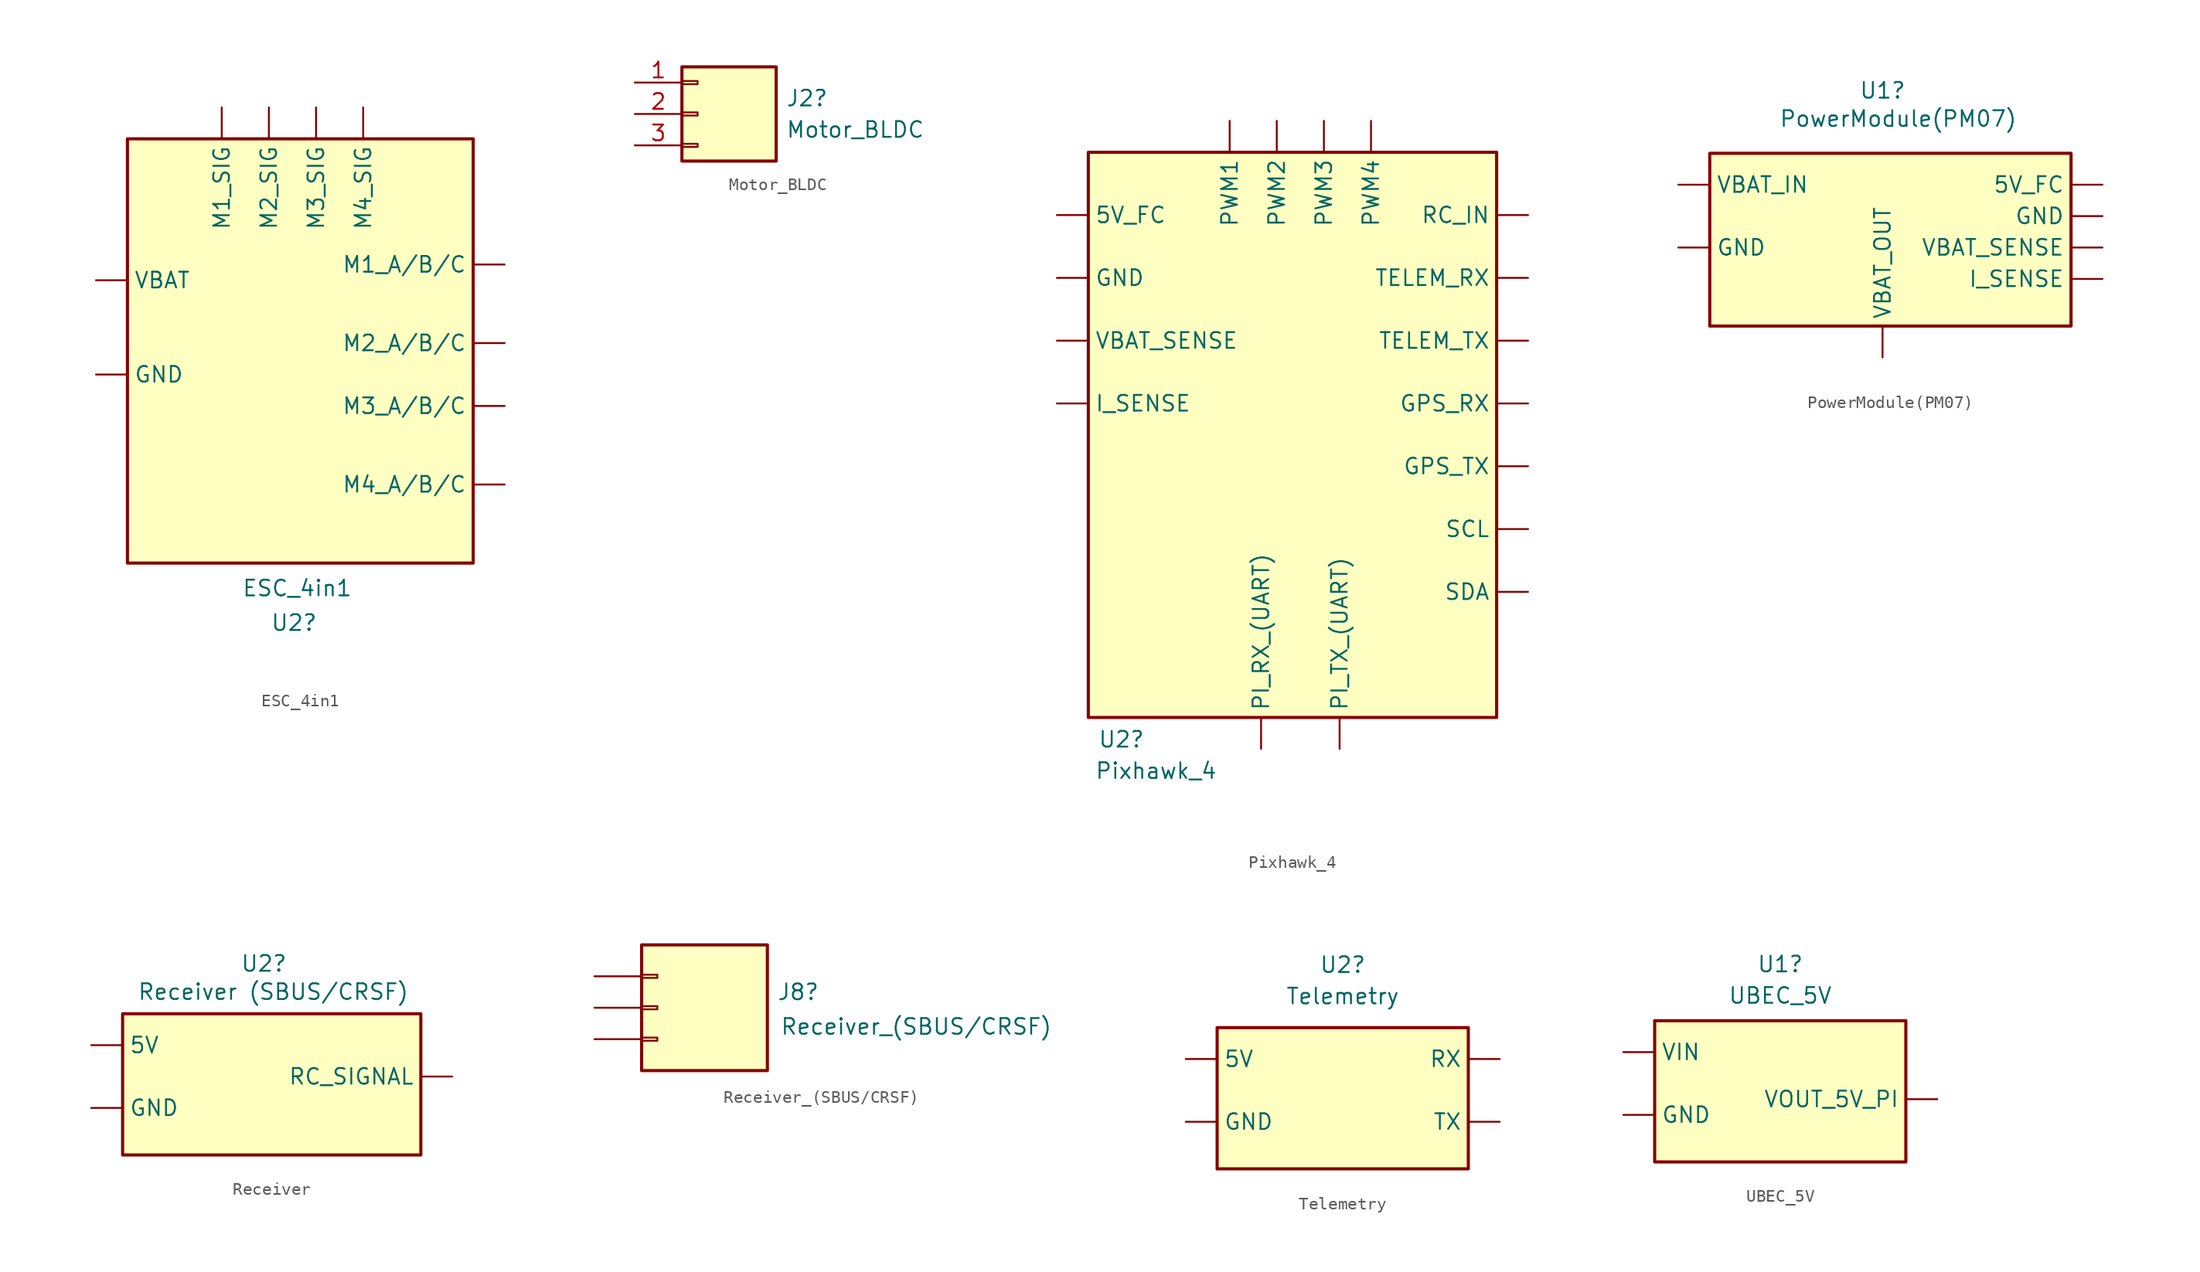
<source format=kicad_sym>
(kicad_symbol_lib
  (version 20241209)
  (generator "kicad_symbol_editor")
  (generator_version "9.0")
  (symbol "ESC_4in1"
    (property "Reference" "U2"
      (at 0.762 -26.416 0)
      (effects (font (size 1.27 1.27))))
    (property "Value" "ESC_4in1"
      (at 1.016 -23.622 0)
      (effects (font (size 1.27 1.27))))
    (symbol "ESC_4in1_1_1"
      (rectangle (start -12.7 12.7) (end 15.24 -21.59) (stroke (width 0.254) (type solid)) (fill (type background)))
      (pin power_in line (at -15.24 1.27 0) (length 2.54) (name "VBAT" (effects (font (size 1.27 1.27)))) (number "" (effects (font (size 1.27 1.27)))))
      (pin power_in line (at -15.24 -6.35 0) (length 2.54) (name "GND" (effects (font (size 1.27 1.27)))) (number "" (effects (font (size 1.27 1.27)))))
      (pin input line (at -5.08 15.24 270) (length 2.54) (name "M1_SIG" (effects (font (size 1.27 1.27)))) (number "" (effects (font (size 1.27 1.27)))))
      (pin input line (at -1.27 15.24 270) (length 2.54) (name "M2_SIG" (effects (font (size 1.27 1.27)))) (number "" (effects (font (size 1.27 1.27)))))
      (pin input line (at 2.54 15.24 270) (length 2.54) (name "M3_SIG" (effects (font (size 1.27 1.27)))) (number "" (effects (font (size 1.27 1.27)))))
      (pin input line (at 6.35 15.24 270) (length 2.54) (name "M4_SIG" (effects (font (size 1.27 1.27)))) (number "" (effects (font (size 1.27 1.27)))))
      (pin passive line (at 17.78 2.54 180) (length 2.54) (name "M1_A/B/C" (effects (font (size 1.27 1.27)))) (number "" (effects (font (size 1.27 1.27)))))
      (pin passive line (at 17.78 -3.81 180) (length 2.54) (name "M2_A/B/C" (effects (font (size 1.27 1.27)))) (number "" (effects (font (size 1.27 1.27)))))
      (pin passive line (at 17.78 -8.89 180) (length 2.54) (name "M3_A/B/C" (effects (font (size 1.27 1.27)))) (number "" (effects (font (size 1.27 1.27)))))
      (pin passive line (at 17.78 -15.24 180) (length 2.54) (name "M4_A/B/C" (effects (font (size 1.27 1.27)))) (number "" (effects (font (size 1.27 1.27)))))))
  (symbol "Motor_BLDC"
    (pin_names
      (offset 1.016)
      (hide yes))
    (property "Reference" "J2"
      (at 7.112 1.27 0)
      (effects (font (size 1.27 1.27)) (justify left)))
    (property "Value" "Motor_BLDC"
      (at 7.112 -1.27 0)
      (effects (font (size 1.27 1.27)) (justify left)))
    (symbol "Motor_BLDC_1_1"
      (rectangle (start -1.27 3.81) (end 6.35 -3.81) (stroke (width 0.254) (type default)) (fill (type background)))
      (rectangle (start -1.27 2.667) (end 0 2.413) (stroke (width 0.152) (type default)) (fill (type none)))
      (rectangle (start -1.27 0.127) (end 0 -0.127) (stroke (width 0.152) (type default)) (fill (type none)))
      (rectangle (start -1.27 -2.413) (end 0 -2.667) (stroke (width 0.152) (type default)) (fill (type none)))
      (pin passive line (at -5.08 2.54 0) (length 3.81) (name "Pin_1" (effects (font (size 1.27 1.27)))) (number "1" (effects (font (size 1.27 1.27)))))
      (pin passive line (at -5.08 0 0) (length 3.81) (name "Pin_2" (effects (font (size 1.27 1.27)))) (number "2" (effects (font (size 1.27 1.27)))))
      (pin passive line (at -5.08 -2.54 0) (length 3.81) (name "Pin_3" (effects (font (size 1.27 1.27)))) (number "3" (effects (font (size 1.27 1.27)))))))
  (symbol "Pixhawk_4"
    (property "Reference" "U2"
      (at -15.748 -9.398 0)
      (effects (font (size 1.27 1.27)) (justify left)))
    (property "Value" "Pixhawk_4"
      (at -16.002 -11.938 0)
      (effects (font (size 1.27 1.27)) (justify left)))
    (symbol "Pixhawk_4_1_1"
      (rectangle (start -16.51 38.1) (end 16.51 -7.62) (stroke (width 0.254) (type solid)) (fill (type background)))
      (pin power_in line (at -19.05 33.02 0) (length 2.54) (name "5V_FC" (effects (font (size 1.27 1.27)))) (number "" (effects (font (size 1.27 1.27)))))
      (pin power_in line (at -19.05 27.94 0) (length 2.54) (name "GND" (effects (font (size 1.27 1.27)))) (number "" (effects (font (size 1.27 1.27)))))
      (pin input line (at -19.05 22.86 0) (length 2.54) (name "VBAT_SENSE" (effects (font (size 1.27 1.27)))) (number "" (effects (font (size 1.27 1.27)))) (alternate "RCC_OSC_IN" bidirectional line))
      (pin input line (at -19.05 17.78 0) (length 2.54) (name "I_SENSE" (effects (font (size 1.27 1.27)))) (number "" (effects (font (size 1.27 1.27)))) (alternate "RCC_OSC_OUT" bidirectional line))
      (pin output line (at -5.08 40.64 270) (length 2.54) (name "PWM1" (effects (font (size 1.27 1.27)))) (number "" (effects (font (size 1.27 1.27)))))
      (pin input line (at -2.54 -10.16 90) (length 2.54) (name "PI_RX_(UART)" (effects (font (size 1.27 1.27)))) (number "" (effects (font (size 1.27 1.27)))))
      (pin output line (at -1.27 40.64 270) (length 2.54) (name "PWM2" (effects (font (size 1.27 1.27)))) (number "" (effects (font (size 1.27 1.27)))))
      (pin output line (at 2.54 40.64 270) (length 2.54) (name "PWM3" (effects (font (size 1.27 1.27)))) (number "" (effects (font (size 1.27 1.27)))))
      (pin output line (at 3.81 -10.16 90) (length 2.54) (name "PI_TX_(UART)" (effects (font (size 1.27 1.27)))) (number "" (effects (font (size 1.27 1.27)))))
      (pin output line (at 6.35 40.64 270) (length 2.54) (name "PWM4" (effects (font (size 1.27 1.27)))) (number "" (effects (font (size 1.27 1.27)))))
      (pin input line (at 19.05 33.02 180) (length 2.54) (name "RC_IN" (effects (font (size 1.27 1.27)))) (number "" (effects (font (size 1.27 1.27)))) (alternate "ADC1_IN0" bidirectional line) (alternate "ADC2_IN0" bidirectional line) (alternate "SYS_WKUP" bidirectional line) (alternate "TIM2_CH1" bidirectional line) (alternate "TIM2_ETR" bidirectional line) (alternate "USART2_CTS" bidirectional line))
      (pin input line (at 19.05 27.94 180) (length 2.54) (name "TELEM_RX" (effects (font (size 1.27 1.27)))) (number "" (effects (font (size 1.27 1.27)))) (alternate "ADC1_IN1" bidirectional line) (alternate "ADC2_IN1" bidirectional line) (alternate "TIM2_CH2" bidirectional line) (alternate "USART2_RTS" bidirectional line))
      (pin output line (at 19.05 22.86 180) (length 2.54) (name "TELEM_TX" (effects (font (size 1.27 1.27)))) (number "" (effects (font (size 1.27 1.27)))) (alternate "ADC1_IN1" bidirectional line) (alternate "ADC2_IN1" bidirectional line) (alternate "TIM2_CH2" bidirectional line) (alternate "USART2_RTS" bidirectional line))
      (pin input line (at 19.05 17.78 180) (length 2.54) (name "GPS_RX" (effects (font (size 1.27 1.27)))) (number "" (effects (font (size 1.27 1.27)))) (alternate "ADC1_IN4" bidirectional line) (alternate "ADC2_IN4" bidirectional line) (alternate "SPI1_NSS" bidirectional line) (alternate "USART2_CK" bidirectional line))
      (pin output line (at 19.05 12.7 180) (length 2.54) (name "GPS_TX" (effects (font (size 1.27 1.27)))) (number "" (effects (font (size 1.27 1.27)))) (alternate "ADC1_IN3" bidirectional line) (alternate "ADC2_IN3" bidirectional line) (alternate "TIM2_CH4" bidirectional line) (alternate "USART2_RX" bidirectional line))
      (pin bidirectional line (at 19.05 7.62 180) (length 2.54) (name "SCL" (effects (font (size 1.27 1.27)))) (number "" (effects (font (size 1.27 1.27)))) (alternate "ADC1_IN5" bidirectional line) (alternate "ADC2_IN5" bidirectional line) (alternate "SPI1_SCK" bidirectional line))
      (pin bidirectional line (at 19.05 2.54 180) (length 2.54) (name "SDA" (effects (font (size 1.27 1.27)))) (number "" (effects (font (size 1.27 1.27)))) (alternate "ADC1_IN6" bidirectional line) (alternate "ADC2_IN6" bidirectional line) (alternate "SPI1_MISO" bidirectional line) (alternate "TIM1_BKIN" bidirectional line) (alternate "TIM3_CH1" bidirectional line))))
  (symbol "PowerModule(PM07)"
    (property "Reference" "U1"
      (at -2.54 13.97 0)
      (effects (font (size 1.27 1.27))))
    (property "Value" "PowerModule(PM07)"
      (at -1.27 11.684 0)
      (effects (font (size 1.27 1.27))))
    (symbol "PowerModule(PM07)_1_1"
      (rectangle (start -16.51 8.89) (end 12.7 -5.08) (stroke (width 0.254) (type solid)) (fill (type background)))
      (pin power_in line (at -19.05 6.35 0) (length 2.54) (name "VBAT_IN" (effects (font (size 1.27 1.27)))) (number "" (effects (font (size 1.27 1.27)))))
      (pin power_in line (at -19.05 1.27 0) (length 2.54) (name "GND" (effects (font (size 1.27 1.27)))) (number "" (effects (font (size 1.27 1.27)))))
      (pin power_out line (at -2.54 -7.62 90) (length 2.54) (name "VBAT_OUT" (effects (font (size 1.27 1.27)))) (number "" (effects (font (size 1.27 1.27)))))
      (pin power_out line (at 15.24 6.35 180) (length 2.54) (name "5V_FC" (effects (font (size 1.27 1.27)))) (number "" (effects (font (size 1.27 1.27)))))
      (pin power_out line (at 15.24 3.81 180) (length 2.54) (name "GND" (effects (font (size 1.27 1.27)))) (number "" (effects (font (size 1.27 1.27)))))
      (pin output line (at 15.24 1.27 180) (length 2.54) (name "VBAT_SENSE" (effects (font (size 1.27 1.27)))) (number "" (effects (font (size 1.27 1.27)))))
      (pin output line (at 15.24 -1.27 180) (length 2.54) (name "I_SENSE" (effects (font (size 1.27 1.27)))) (number "" (effects (font (size 1.27 1.27)))))))
  (symbol "Receiver"
    (property "Reference" "U2"
      (at 1.27 9.144 0)
      (effects (font (size 1.27 1.27))))
    (property "Value" "Receiver (SBUS/CRSF)"
      (at 2.032 6.858 0)
      (effects (font (size 1.27 1.27))))
    (symbol "Receiver_0_1"
      (rectangle (start -10.16 5.08) (end 13.97 -6.35) (stroke (width 0.254) (type default)) (fill (type background))))
    (symbol "Receiver_1_1"
      (pin power_in line (at -12.7 2.54 0) (length 2.54) (name "5V" (effects (font (size 1.27 1.27)))) (number "" (effects (font (size 1.27 1.27)))))
      (pin power_in line (at -12.7 -2.54 0) (length 2.54) (name "GND" (effects (font (size 1.27 1.27)))) (number "" (effects (font (size 1.27 1.27)))))
      (pin output line (at 16.51 0 180) (length 2.54) (name "RC_SIGNAL" (effects (font (size 1.27 1.27)))) (number "" (effects (font (size 1.27 1.27)))))))
  (symbol "Receiver_(SBUS/CRSF)"
    (pin_names
      (offset 1.016)
      (hide yes))
    (property "Reference" "J8"
      (at 9.652 0 0)
      (effects (font (size 1.27 1.27)) (justify left)))
    (property "Value" "Receiver_(SBUS/CRSF)"
      (at 9.906 -2.794 0)
      (effects (font (size 1.27 1.27)) (justify left)))
    (symbol "Receiver_(SBUS/CRSF)_1_1"
      (rectangle (start -1.27 3.81) (end 8.89 -6.35) (stroke (width 0.254) (type default)) (fill (type background)))
      (rectangle (start -1.27 1.397) (end 0 1.143) (stroke (width 0.152) (type default)) (fill (type none)))
      (rectangle (start -1.27 -1.143) (end 0 -1.397) (stroke (width 0.152) (type solid)) (fill (type none)))
      (rectangle (start -1.27 -3.683) (end 0 -3.937) (stroke (width 0.152) (type default)) (fill (type none)))
      (pin power_out line (at -5.08 1.27 0) (length 3.81) (name "5V" (effects (font (size 1.27 1.27)))) (number "" (effects (font (size 1.27 1.27)))))
      (pin power_in line (at -5.08 -1.27 0) (length 3.81) (name "GND" (effects (font (size 1.27 1.27)))) (number "" (effects (font (size 1.27 1.27)))))
      (pin output line (at -5.08 -3.81 0) (length 3.81) (name "RC_SIGNAL" (effects (font (size 1.27 1.27)))) (number "" (effects (font (size 1.27 1.27)))))))
  (symbol "Telemetry"
    (property "Reference" "U2"
      (at 0 10.16 0)
      (effects (font (size 1.27 1.27))))
    (property "Value" "Telemetry"
      (at 0 7.62 0)
      (effects (font (size 1.27 1.27))))
    (symbol "Telemetry_0_1"
      (rectangle (start -10.16 5.08) (end 10.16 -6.35) (stroke (width 0.254) (type default)) (fill (type background))))
    (symbol "Telemetry_1_1"
      (pin power_in line (at -12.7 2.54 0) (length 2.54) (name "5V" (effects (font (size 1.27 1.27)))) (number "" (effects (font (size 1.27 1.27)))))
      (pin power_in line (at -12.7 -2.54 0) (length 2.54) (name "GND" (effects (font (size 1.27 1.27)))) (number "" (effects (font (size 1.27 1.27)))))
      (pin input line (at 12.7 2.54 180) (length 2.54) (name "RX" (effects (font (size 1.27 1.27)))) (number "" (effects (font (size 1.27 1.27)))))
      (pin output line (at 12.7 -2.54 180) (length 2.54) (name "TX" (effects (font (size 1.27 1.27)))) (number "" (effects (font (size 1.27 1.27)))))))
  (symbol "UBEC_5V"
    (property "Reference" "U1"
      (at -6.35 13.462 0)
      (effects (font (size 1.27 1.27))))
    (property "Value" "UBEC_5V"
      (at -6.35 10.922 0)
      (effects (font (size 1.27 1.27))))
    (symbol "UBEC_5V_1_1"
      (rectangle (start -16.51 8.89) (end 3.81 -2.54) (stroke (width 0.254) (type solid)) (fill (type background)))
      (pin power_in line (at -19.05 6.35 0) (length 2.54) (name "VIN" (effects (font (size 1.27 1.27)))) (number "" (effects (font (size 1.27 1.27)))))
      (pin power_in line (at -19.05 1.27 0) (length 2.54) (name "GND" (effects (font (size 1.27 1.27)))) (number "" (effects (font (size 1.27 1.27)))))
      (pin power_out line (at 6.35 2.54 180) (length 2.54) (name "VOUT_5V_PI" (effects (font (size 1.27 1.27)))) (number "" (effects (font (size 1.27 1.27))))))))
</source>
